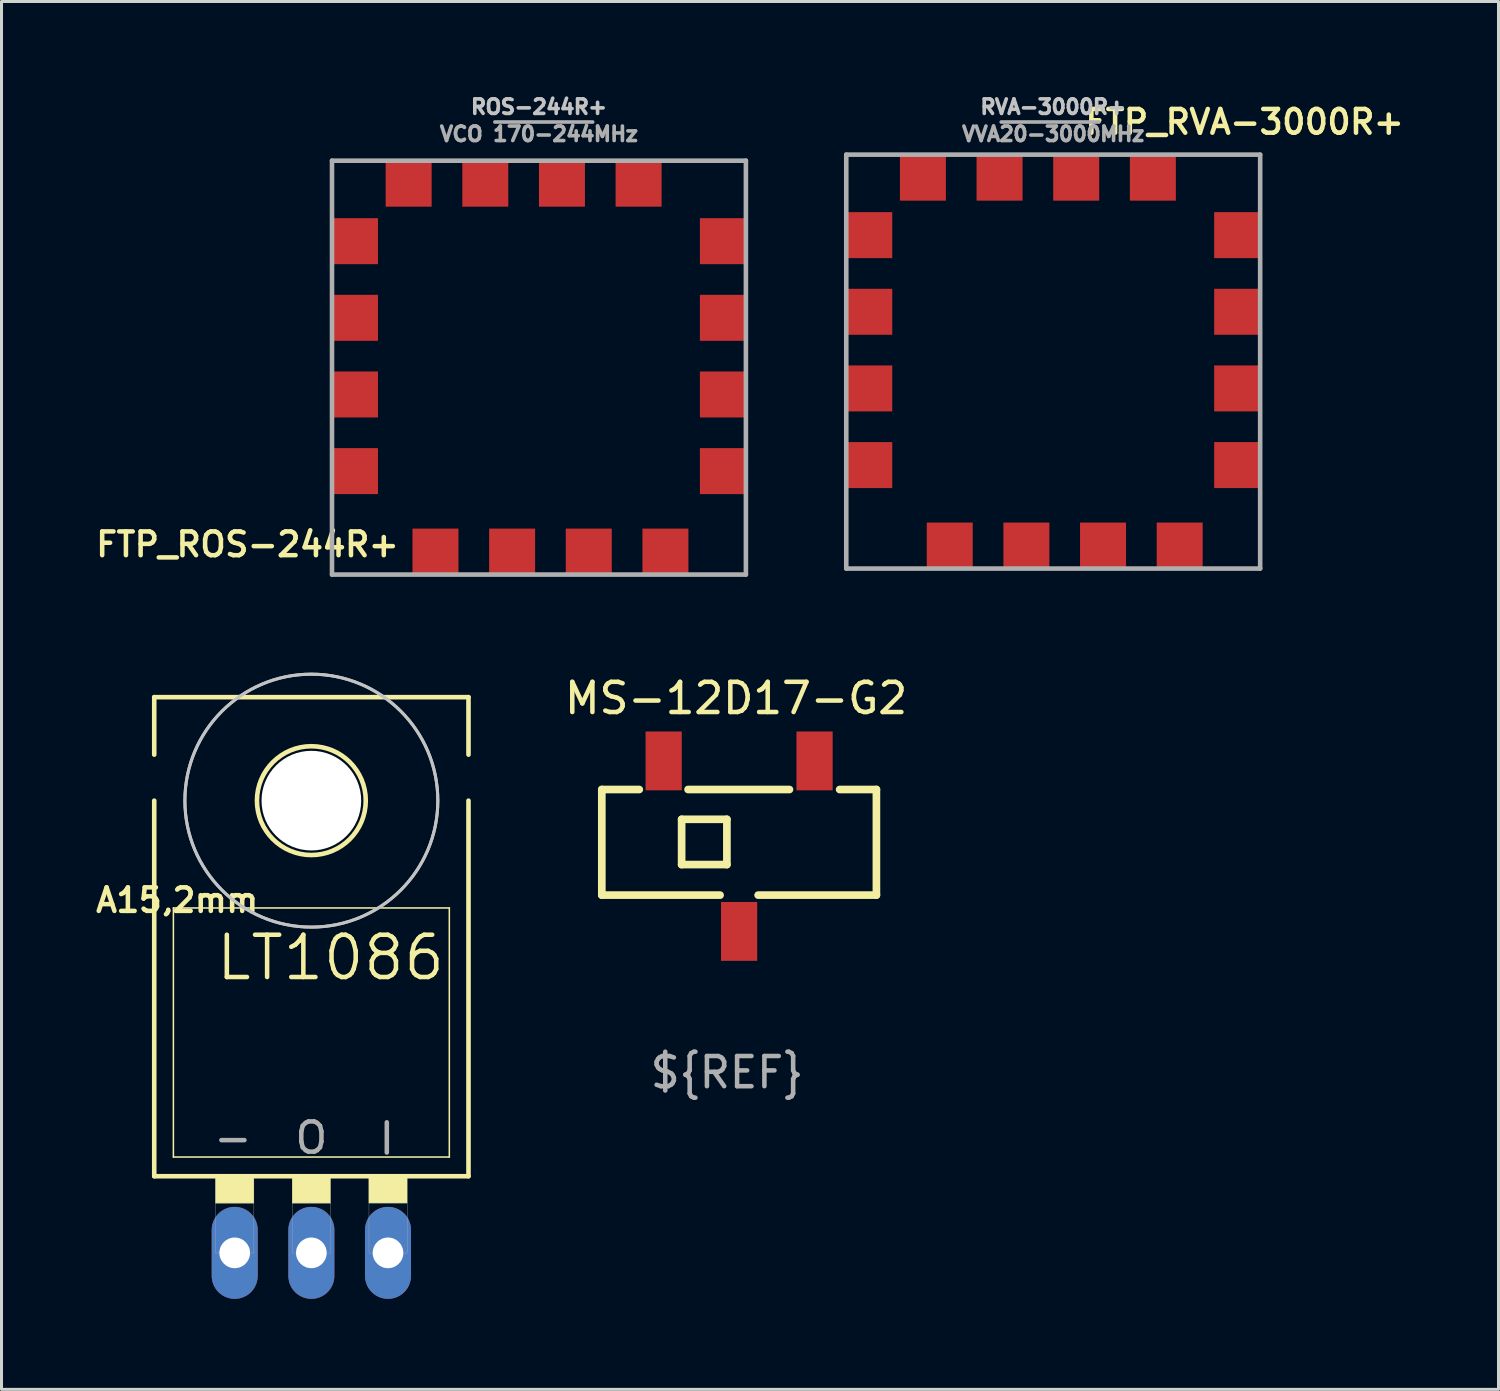
<source format=kicad_pcb>
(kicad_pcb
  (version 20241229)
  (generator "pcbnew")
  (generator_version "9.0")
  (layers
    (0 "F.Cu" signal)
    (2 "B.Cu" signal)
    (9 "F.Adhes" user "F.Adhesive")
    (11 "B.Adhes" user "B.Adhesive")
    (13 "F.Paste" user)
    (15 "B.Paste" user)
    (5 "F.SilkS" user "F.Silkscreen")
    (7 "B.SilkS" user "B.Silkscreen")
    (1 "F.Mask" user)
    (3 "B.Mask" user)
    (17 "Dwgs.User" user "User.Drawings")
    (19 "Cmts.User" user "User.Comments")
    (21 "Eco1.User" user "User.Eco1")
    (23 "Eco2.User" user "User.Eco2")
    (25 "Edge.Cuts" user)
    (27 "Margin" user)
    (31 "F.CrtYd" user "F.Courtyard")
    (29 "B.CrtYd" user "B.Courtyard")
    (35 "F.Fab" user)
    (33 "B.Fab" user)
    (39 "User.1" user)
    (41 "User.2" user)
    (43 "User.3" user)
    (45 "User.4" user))
  (footprint "MS-12D17-G2"
    (layer "F.Cu")
    (at 21.443 26.79)
    (property "Reference" "MS-12D17-G2" (at -0.1 -6.7 0) (unlocked yes) (layer "F.SilkS") (effects (font (size 1 1) (thickness 0.15))))
    (attr smd)
    (fp_line (start -4.55 -3.677) (end -4.55 -0.177) (stroke (width 0.254) (type solid)) (layer "F.SilkS"))
    (fp_line (start -4.55 -3.677) (end -3.308 -3.677) (stroke (width 0.254) (type solid)) (layer "F.SilkS"))
    (fp_line (start -4.55 -0.177) (end -0.63 -0.177) (stroke (width 0.254) (type solid)) (layer "F.SilkS"))
    (fp_line (start -1.905 -2.689) (end -0.405 -2.689) (stroke (width 0.254) (type solid)) (layer "F.SilkS"))
    (fp_line (start -1.905 -1.189) (end -1.905 -2.689) (stroke (width 0.254) (type solid)) (layer "F.SilkS"))
    (fp_line (start -1.905 -1.189) (end -0.405 -1.189) (stroke (width 0.254) (type solid)) (layer "F.SilkS"))
    (fp_line (start -1.692 -3.677) (end 1.669 -3.677) (stroke (width 0.254) (type solid)) (layer "F.SilkS"))
    (fp_line (start -0.405 -1.189) (end -0.405 -2.689) (stroke (width 0.254) (type solid)) (layer "F.SilkS"))
    (fp_line (start 0.63 -0.177) (end 4.55 -0.177) (stroke (width 0.254) (type solid)) (layer "F.SilkS"))
    (fp_line (start 3.331 -3.677) (end 4.55 -3.677) (stroke (width 0.254) (type solid)) (layer "F.SilkS"))
    (fp_line (start 4.55 -3.677) (end 4.55 -0.177) (stroke (width 0.254) (type solid)) (layer "F.SilkS"))
    (fp_text user "${REF}" (at -0.4 5.7 0) (unlocked yes) (layer "F.Fab") (effects (font (size 1 1) (thickness 0.15))))
    (pad "1" smd rect (at -2.5 -4.625) (size 1.2 1.95) (layers "F.Cu" "F.Mask" "F.Paste"))
    (pad "2" smd rect (at 0 1.025) (size 1.2 1.95) (layers "F.Cu" "F.Mask" "F.Paste"))
    (pad "3" smd rect (at 2.5 -4.625) (size 1.2 1.95) (layers "F.Cu" "F.Mask" "F.Paste")))
  (footprint "LT1086"
    (layer "F.Cu")
    (at 7.268 34.658)
    (property "Reference" "LT1086" (at 0.635 -5.972 0) (layer "F.SilkS") (effects (font (size 1.401 1.401) (thickness 0.15))))
    (attr through_hole)
    (fp_line (start -5.207 -12.7) (end -5.207 -14.605) (stroke (width 0.152) (type solid)) (layer "F.SilkS"))
    (fp_line (start -5.207 1.27) (end -5.207 -11.176) (stroke (width 0.152) (type solid)) (layer "F.SilkS"))
    (fp_line (start -5.207 1.27) (end 5.207 1.27) (stroke (width 0.152) (type solid)) (layer "F.SilkS"))
    (fp_line (start -4.572 0.635) (end -4.572 -7.62) (stroke (width 0.051) (type solid)) (layer "F.SilkS"))
    (fp_line (start -4.572 0.635) (end 4.572 0.635) (stroke (width 0.051) (type solid)) (layer "F.SilkS"))
    (fp_line (start 4.572 -7.62) (end -4.572 -7.62) (stroke (width 0.051) (type solid)) (layer "F.SilkS"))
    (fp_line (start 4.572 -7.62) (end 4.572 0.635) (stroke (width 0.051) (type solid)) (layer "F.SilkS"))
    (fp_line (start 5.207 -14.605) (end -5.207 -14.605) (stroke (width 0.152) (type solid)) (layer "F.SilkS"))
    (fp_line (start 5.207 -12.7) (end 5.207 -14.605) (stroke (width 0.152) (type solid)) (layer "F.SilkS"))
    (fp_line (start 5.207 1.27) (end 5.207 -11.176) (stroke (width 0.152) (type solid)) (layer "F.SilkS"))
    (fp_circle (center 0 -11.176) (end 1.803 -11.176) (stroke (width 0.152) (type solid)) (fill no) (layer "F.SilkS"))
    (fp_poly (pts (xy -3.18 1.27) (xy -1.905 1.27) (xy -1.905 2.162) (xy -3.18 2.162)) (stroke (width 0.01) (type solid)) (fill yes) (layer "F.SilkS"))
    (fp_poly (pts (xy -0.636 1.27) (xy 0.635 1.27) (xy 0.635 2.161) (xy -0.636 2.161)) (stroke (width 0.01) (type solid)) (fill yes) (layer "F.SilkS"))
    (fp_poly (pts (xy 1.905 1.27) (xy 3.175 1.27) (xy 3.175 2.159) (xy 1.905 2.159)) (stroke (width 0.01) (type solid)) (fill yes) (layer "F.SilkS"))
    (fp_circle (center 0 -11.176) (end 4.191 -11.176) (stroke (width 0.1) (type solid)) (fill no) (layer "Dwgs.User"))
    (fp_circle (center 0 -11.176) (end 4.191 -11.176) (stroke (width 0.1) (type solid)) (fill no) (layer "Dwgs.User"))
    (fp_poly (pts (xy -3.179 2.159) (xy -1.905 2.159) (xy -1.905 3.814) (xy -3.179 3.814)) (stroke (width 0.01) (type solid)) (fill no) (layer "F.Fab"))
    (fp_poly (pts (xy -0.636 2.159) (xy 0.635 2.159) (xy 0.635 3.817) (xy -0.636 3.817)) (stroke (width 0.01) (type solid)) (fill no) (layer "F.Fab"))
    (fp_poly (pts (xy 1.909 2.159) (xy 3.175 2.159) (xy 3.175 3.817) (xy 1.909 3.817)) (stroke (width 0.01) (type solid)) (fill no) (layer "F.Fab"))
    (fp_text user "A15,2mm" (at -4.446 -7.876 0) (layer "F.SilkS") (effects (font (size 0.78 0.78) (thickness 0.15))))
    (fp_text user "I" (at 2.5 0.029 0) (layer "F.Fab") (effects (font (size 1.001 1.001) (thickness 0.15))))
    (fp_text user "-" (at -2.6 0 0) (layer "F.Fab") (effects (font (size 1 1) (thickness 0.15))))
    (fp_text user "O" (at 0 0 0) (layer "F.Fab") (effects (font (size 1.001 1.001) (thickness 0.15))))
    (pad "" np_thru_hole circle (at 0 -11.176) (size 3.302 3.302) (drill 3.302) (layers "*.Cu" "*.Mask"))
    (pad "1" thru_hole oval (at -2.54 3.81) (size 1.524 3.048) (drill 1.016) (layers "*.Cu" "*.Mask"))
    (pad "2" thru_hole oval (at 0 3.81) (size 1.524 3.048) (drill 1.016) (layers "*.Cu" "*.Mask"))
    (pad "3" thru_hole oval (at 2.54 3.81) (size 1.524 3.048) (drill 1.016) (layers "*.Cu" "*.Mask")))
  (footprint "FTP_RVA-3000R+"
    (layer "F.Cu")
    (at 24.994 15.791)
    (property "Reference" "FTP_RVA-3000R+" (at 13.2 -14.8 0) (layer "F.SilkS") (effects (font (size 0.787 0.787) (thickness 0.15))))
    (attr through_hole)
    (fp_line (start 0 -13.716) (end 13.716 -13.716) (stroke (width 0.152) (type solid)) (layer "F.Fab"))
    (fp_line (start 0 0) (end 0 -13.716) (stroke (width 0.152) (type solid)) (layer "F.Fab"))
    (fp_line (start 13.716 -13.716) (end 13.716 0) (stroke (width 0.152) (type solid)) (layer "F.Fab"))
    (fp_line (start 13.716 0) (end 0 0) (stroke (width 0.152) (type solid)) (layer "F.Fab"))
    (fp_text user "RVA-3000R+" (at 6.858 -15.3 0) (layer "Dwgs.User") (effects (font (size 0.48 0.48) (thickness 0.12))))
    (fp_text user "VVA~{20-3000}MHz" (at 6.858 -14.4 0) (layer "F.Fab") (effects (font (size 0.48 0.48) (thickness 0.12))))
    (pad "1" smd rect (at 3.429 -0.762) (size 1.524 1.524) (layers "F.Cu" "F.Mask" "F.Paste"))
    (pad "2" smd rect (at 5.969 -0.762) (size 1.524 1.524) (layers "F.Cu" "F.Mask" "F.Paste"))
    (pad "3" smd rect (at 8.509 -0.762) (size 1.524 1.524) (layers "F.Cu" "F.Mask" "F.Paste"))
    (pad "4" smd rect (at 11.049 -0.762) (size 1.524 1.524) (layers "F.Cu" "F.Mask" "F.Paste"))
    (pad "5" smd rect (at 12.954 -3.429) (size 1.524 1.524) (layers "F.Cu" "F.Mask" "F.Paste"))
    (pad "6" smd rect (at 12.954 -5.969) (size 1.524 1.524) (layers "F.Cu" "F.Mask" "F.Paste"))
    (pad "7" smd rect (at 12.954 -8.509) (size 1.524 1.524) (layers "F.Cu" "F.Mask" "F.Paste"))
    (pad "8" smd rect (at 12.954 -11.049) (size 1.524 1.524) (layers "F.Cu" "F.Mask" "F.Paste"))
    (pad "9" smd rect (at 10.16 -12.954) (size 1.524 1.524) (layers "F.Cu" "F.Mask" "F.Paste"))
    (pad "10" smd rect (at 7.62 -12.954) (size 1.524 1.524) (layers "F.Cu" "F.Mask" "F.Paste"))
    (pad "11" smd rect (at 5.08 -12.954) (size 1.524 1.524) (layers "F.Cu" "F.Mask" "F.Paste"))
    (pad "12" smd rect (at 2.54 -12.954) (size 1.524 1.524) (layers "F.Cu" "F.Mask" "F.Paste"))
    (pad "13" smd rect (at 0.762 -11.049) (size 1.524 1.524) (layers "F.Cu" "F.Mask" "F.Paste"))
    (pad "14" smd rect (at 0.762 -8.509) (size 1.524 1.524) (layers "F.Cu" "F.Mask" "F.Paste"))
    (pad "15" smd rect (at 0.762 -5.969) (size 1.524 1.524) (layers "F.Cu" "F.Mask" "F.Paste"))
    (pad "16" smd rect (at 0.762 -3.429) (size 1.524 1.524) (layers "F.Cu" "F.Mask" "F.Paste")))
  (footprint "FTP_ROS-244R+"
    (layer "F.Cu")
    (at 7.952 15.991)
    (property "Reference" "FTP_ROS-244R+" (at -2.8 -1 0) (layer "F.SilkS") (effects (font (size 0.787 0.787) (thickness 0.15))))
    (attr through_hole)
    (fp_line (start 0 -13.716) (end 13.716 -13.716) (stroke (width 0.152) (type solid)) (layer "F.Fab"))
    (fp_line (start 0 0) (end 0 -13.716) (stroke (width 0.152) (type solid)) (layer "F.Fab"))
    (fp_line (start 13.716 -13.716) (end 13.716 0) (stroke (width 0.152) (type solid)) (layer "F.Fab"))
    (fp_line (start 13.716 0) (end 0 0) (stroke (width 0.152) (type solid)) (layer "F.Fab"))
    (fp_text user "ROS-244R+" (at 6.858 -15.5 0) (layer "Dwgs.User") (effects (font (size 0.48 0.48) (thickness 0.15))))
    (fp_text user "VCO ~{170-244}MHz" (at 6.858 -14.6 0) (layer "F.Fab") (effects (font (size 0.48 0.48) (thickness 0.12))))
    (pad "P$1" smd rect (at 3.429 -0.762) (size 1.524 1.524) (layers "F.Cu" "F.Mask" "F.Paste"))
    (pad "P$2" smd rect (at 5.969 -0.762) (size 1.524 1.524) (layers "F.Cu" "F.Mask" "F.Paste"))
    (pad "P$3" smd rect (at 8.509 -0.762) (size 1.524 1.524) (layers "F.Cu" "F.Mask" "F.Paste"))
    (pad "P$4" smd rect (at 11.049 -0.762) (size 1.524 1.524) (layers "F.Cu" "F.Mask" "F.Paste"))
    (pad "P$5" smd rect (at 12.954 -3.429) (size 1.524 1.524) (layers "F.Cu" "F.Mask" "F.Paste"))
    (pad "P$6" smd rect (at 12.954 -5.969) (size 1.524 1.524) (layers "F.Cu" "F.Mask" "F.Paste"))
    (pad "P$7" smd rect (at 12.954 -8.509) (size 1.524 1.524) (layers "F.Cu" "F.Mask" "F.Paste"))
    (pad "P$8" smd rect (at 12.954 -11.049) (size 1.524 1.524) (layers "F.Cu" "F.Mask" "F.Paste"))
    (pad "P$9" smd rect (at 10.16 -12.954) (size 1.524 1.524) (layers "F.Cu" "F.Mask" "F.Paste"))
    (pad "P$10" smd rect (at 7.62 -12.954) (size 1.524 1.524) (layers "F.Cu" "F.Mask" "F.Paste"))
    (pad "P$11" smd rect (at 5.08 -12.954) (size 1.524 1.524) (layers "F.Cu" "F.Mask" "F.Paste"))
    (pad "P$12" smd rect (at 2.54 -12.954) (size 1.524 1.524) (layers "F.Cu" "F.Mask" "F.Paste"))
    (pad "P$13" smd rect (at 0.762 -11.049) (size 1.524 1.524) (layers "F.Cu" "F.Mask" "F.Paste"))
    (pad "P$14" smd rect (at 0.762 -8.509) (size 1.524 1.524) (layers "F.Cu" "F.Mask" "F.Paste"))
    (pad "P$15" smd rect (at 0.762 -5.969) (size 1.524 1.524) (layers "F.Cu" "F.Mask" "F.Paste"))
    (pad "P$16" smd rect (at 0.762 -3.429) (size 1.524 1.524) (layers "F.Cu" "F.Mask" "F.Paste")))
  (gr_rect
    (start -3 -3)
    (end 46.608 42.992)
    (stroke (width 0.1) (type default))
    (fill no)
    (layer "Edge.Cuts")))
</source>
